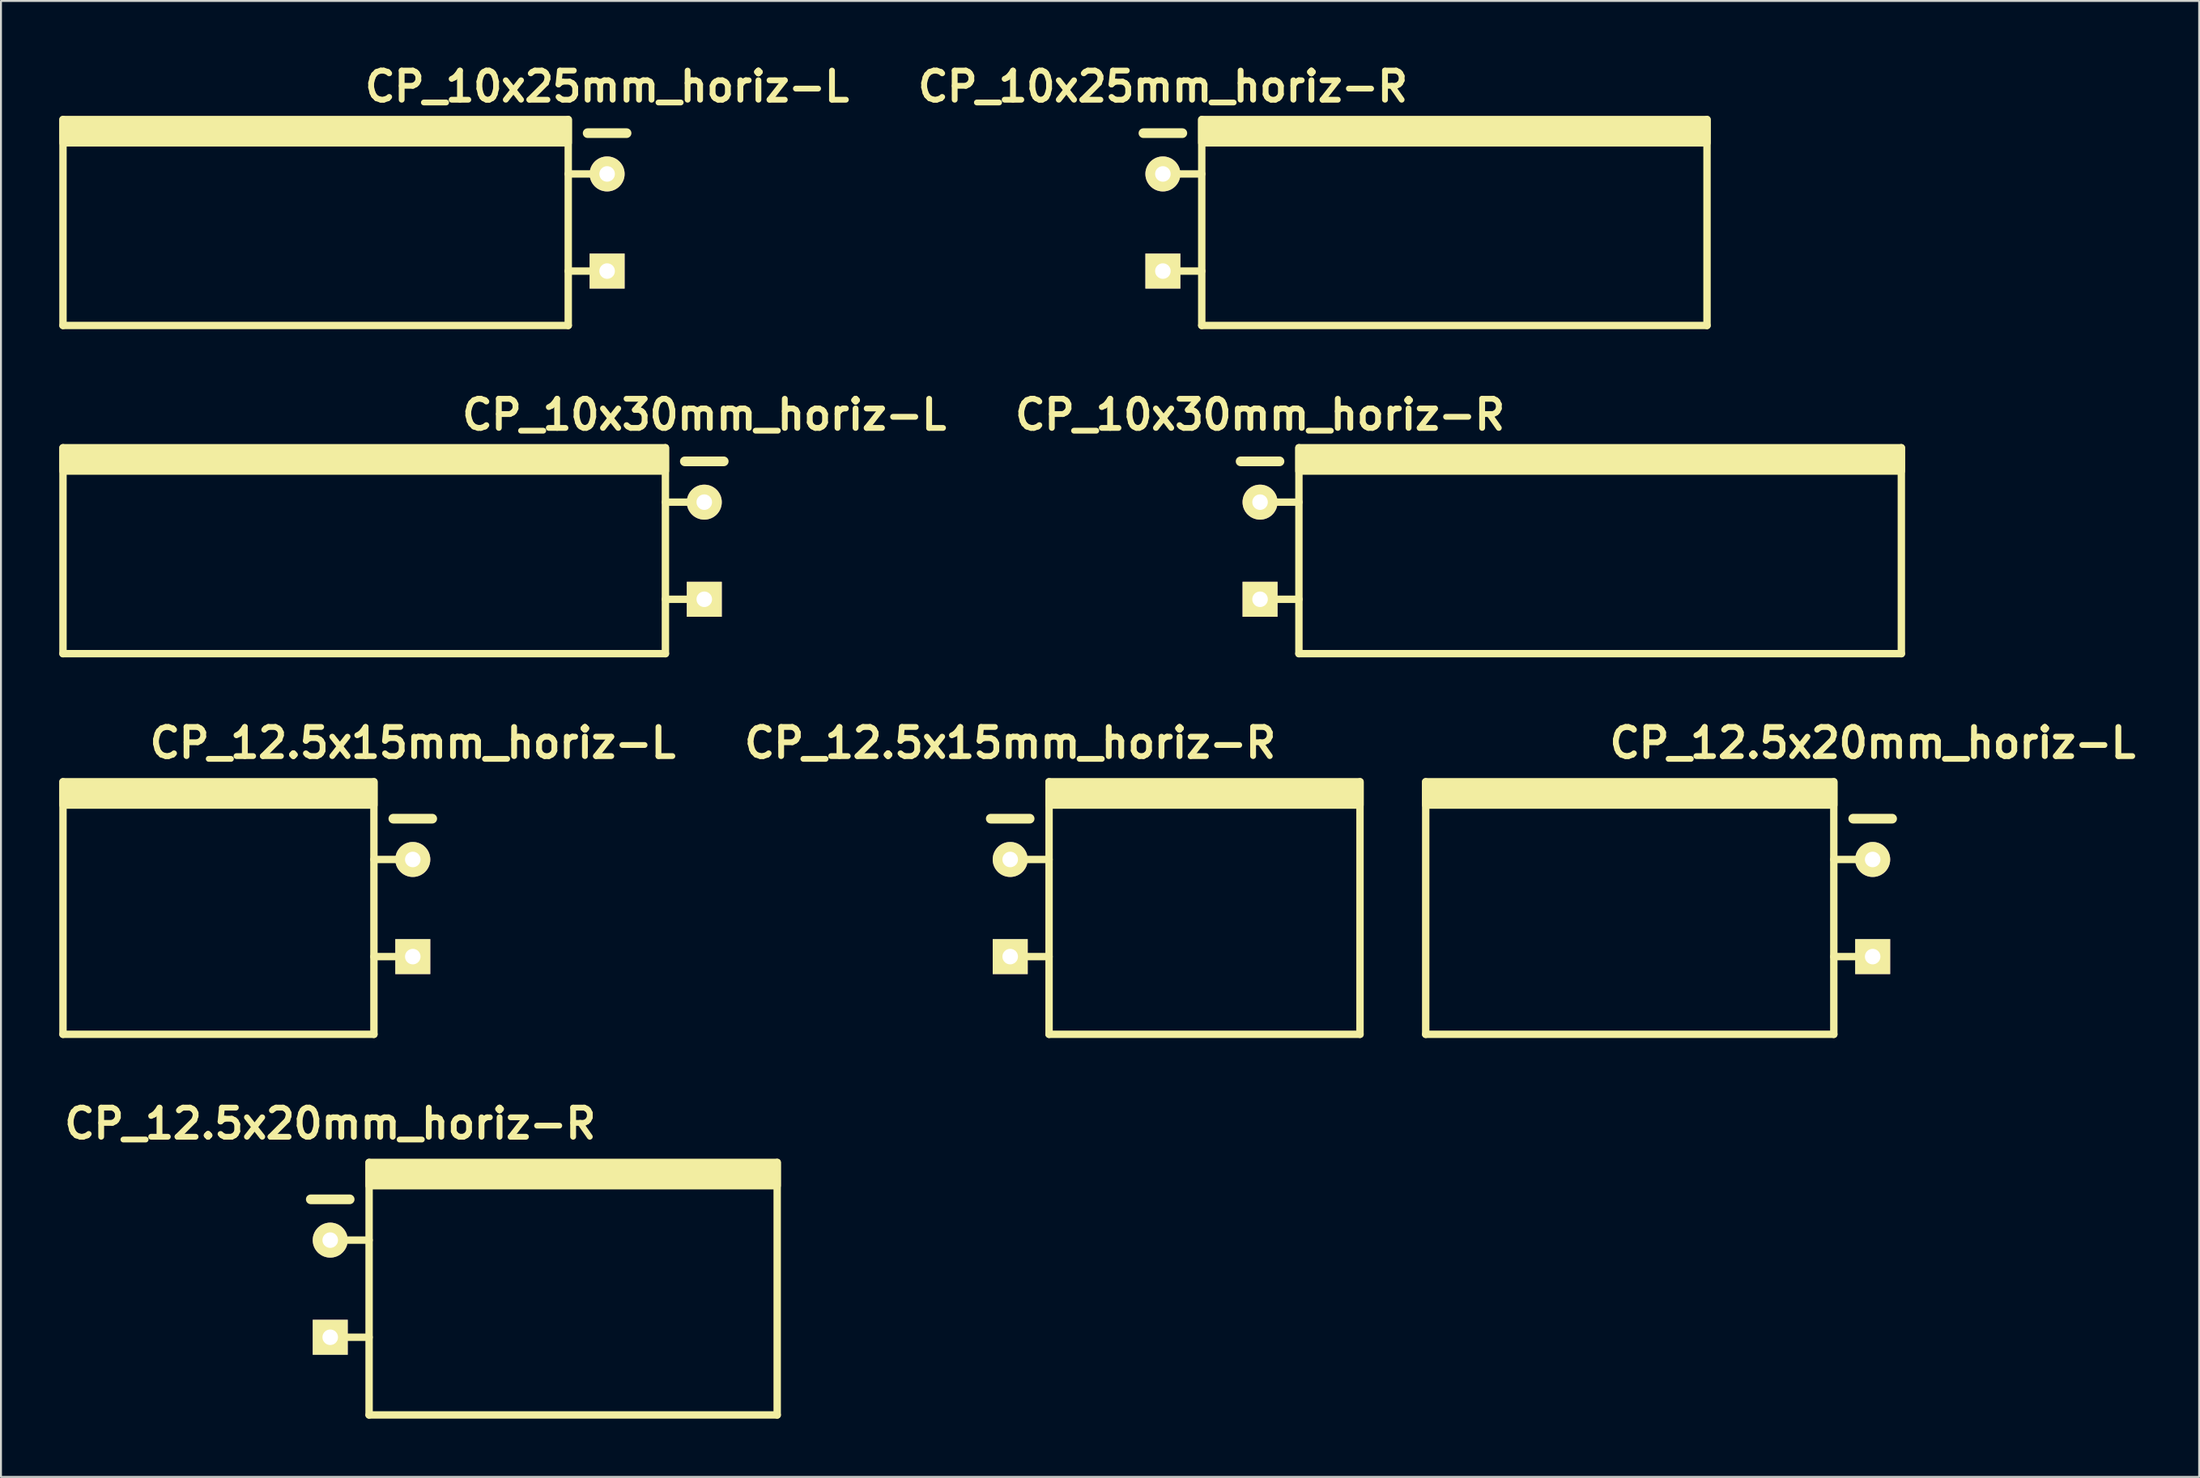
<source format=kicad_pcb>
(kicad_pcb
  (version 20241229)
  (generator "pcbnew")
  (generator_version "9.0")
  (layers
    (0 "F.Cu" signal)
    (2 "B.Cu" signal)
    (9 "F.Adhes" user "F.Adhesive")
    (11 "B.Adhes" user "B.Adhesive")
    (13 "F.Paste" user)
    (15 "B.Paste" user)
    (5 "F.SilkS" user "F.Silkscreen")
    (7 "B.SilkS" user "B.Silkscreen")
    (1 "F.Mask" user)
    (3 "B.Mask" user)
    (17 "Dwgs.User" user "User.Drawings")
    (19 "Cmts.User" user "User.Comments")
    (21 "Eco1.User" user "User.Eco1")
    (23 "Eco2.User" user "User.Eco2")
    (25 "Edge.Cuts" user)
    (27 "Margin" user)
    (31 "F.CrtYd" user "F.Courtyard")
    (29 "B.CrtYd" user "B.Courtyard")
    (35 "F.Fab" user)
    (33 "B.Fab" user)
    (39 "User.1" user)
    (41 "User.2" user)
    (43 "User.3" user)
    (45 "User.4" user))
  (footprint "CP_12.5x20mm_horiz-L"
    (layer "F.Cu")
    (at 93.314 43.693)
    (property "Reference" "CP_12.5x20mm_horiz-L" (at 0 -8.5 0) (layer "F.SilkS") (effects (font (size 1.5 1.5) (thickness 0.3))))
    (attr through_hole)
    (fp_line (start -23 6.5) (end -23 -6.5) (stroke (width 0.381) (type solid)) (layer "F.SilkS"))
    (fp_line (start -2 -6.5) (end -2 6.5) (stroke (width 0.381) (type solid)) (layer "F.SilkS"))
    (fp_line (start -2 -2.5) (end 0 -2.5) (stroke (width 0.381) (type solid)) (layer "F.SilkS"))
    (fp_line (start -2 2.5) (end 0 2.5) (stroke (width 0.381) (type solid)) (layer "F.SilkS"))
    (fp_line (start -2 6.5) (end -23 6.5) (stroke (width 0.381) (type solid)) (layer "F.SilkS"))
    (fp_line (start -1 -4.6) (end 1 -4.6) (stroke (width 0.5) (type solid)) (layer "F.SilkS"))
    (fp_poly (pts (xy -2 -5.3) (xy -23 -5.3) (xy -23 -6.5) (xy -2 -6.5)) (stroke (width 0.381) (type solid)) (fill yes) (layer "F.SilkS"))
    (pad "1" thru_hole rect (at 0 2.5) (size 1.8 1.8) (drill 0.8) (layers "*.Cu" "*.Mask" "F.SilkS"))
    (pad "2" thru_hole circle (at 0 -2.5) (size 1.8 1.8) (drill 0.8) (layers "*.Cu" "*.Mask" "F.SilkS")))
  (footprint "CP_10x25mm_horiz-L"
    (layer "F.Cu")
    (at 28.191 8.404)
    (property "Reference" "CP_10x25mm_horiz-L" (at 0 -7 0) (layer "F.SilkS") (effects (font (size 1.5 1.5) (thickness 0.3))))
    (attr through_hole)
    (fp_line (start -28 5.3) (end -28 -5.3) (stroke (width 0.381) (type solid)) (layer "F.SilkS"))
    (fp_line (start -2 -5.3) (end -2 5.3) (stroke (width 0.381) (type solid)) (layer "F.SilkS"))
    (fp_line (start -2 -2.5) (end 0 -2.5) (stroke (width 0.381) (type solid)) (layer "F.SilkS"))
    (fp_line (start -2 2.5) (end 0 2.5) (stroke (width 0.381) (type solid)) (layer "F.SilkS"))
    (fp_line (start -2 5.3) (end -28 5.3) (stroke (width 0.381) (type solid)) (layer "F.SilkS"))
    (fp_line (start -1 -4.6) (end 1 -4.6) (stroke (width 0.5) (type solid)) (layer "F.SilkS"))
    (fp_poly (pts (xy -2 -4.1) (xy -28 -4.1) (xy -28 -5.3) (xy -2 -5.3)) (stroke (width 0.381) (type solid)) (fill yes) (layer "F.SilkS"))
    (pad "1" thru_hole rect (at 0 2.5) (size 1.8 1.8) (drill 0.8) (layers "*.Cu" "*.Mask" "F.SilkS"))
    (pad "2" thru_hole circle (at 0 -2.5) (size 1.8 1.8) (drill 0.8) (layers "*.Cu" "*.Mask" "F.SilkS")))
  (footprint "CP_12.5x15mm_horiz-L"
    (layer "F.Cu")
    (at 18.191 43.693)
    (property "Reference" "CP_12.5x15mm_horiz-L" (at 0 -8.5 0) (layer "F.SilkS") (effects (font (size 1.5 1.5) (thickness 0.3))))
    (attr through_hole)
    (fp_line (start -18 6.5) (end -18 -6.5) (stroke (width 0.381) (type solid)) (layer "F.SilkS"))
    (fp_line (start -2 -6.5) (end -2 6.5) (stroke (width 0.381) (type solid)) (layer "F.SilkS"))
    (fp_line (start -2 -2.5) (end 0 -2.5) (stroke (width 0.381) (type solid)) (layer "F.SilkS"))
    (fp_line (start -2 2.5) (end 0 2.5) (stroke (width 0.381) (type solid)) (layer "F.SilkS"))
    (fp_line (start -2 6.5) (end -18 6.5) (stroke (width 0.381) (type solid)) (layer "F.SilkS"))
    (fp_line (start -1 -4.6) (end 1 -4.6) (stroke (width 0.5) (type solid)) (layer "F.SilkS"))
    (fp_poly (pts (xy -2 -5.3) (xy -18 -5.3) (xy -18 -6.5) (xy -2 -6.5)) (stroke (width 0.381) (type solid)) (fill yes) (layer "F.SilkS"))
    (pad "1" thru_hole rect (at 0 2.5) (size 1.8 1.8) (drill 0.8) (layers "*.Cu" "*.Mask" "F.SilkS"))
    (pad "2" thru_hole circle (at 0 -2.5) (size 1.8 1.8) (drill 0.8) (layers "*.Cu" "*.Mask" "F.SilkS")))
  (footprint "CP_12.5x15mm_horiz-R"
    (layer "F.Cu")
    (at 48.933 43.693)
    (property "Reference" "CP_12.5x15mm_horiz-R" (at 0 -8.5 0) (layer "F.SilkS") (effects (font (size 1.5 1.5) (thickness 0.3))))
    (attr through_hole)
    (fp_line (start -1 -4.6) (end 1 -4.6) (stroke (width 0.5) (type solid)) (layer "F.SilkS"))
    (fp_line (start 0 -2.5) (end 2 -2.5) (stroke (width 0.381) (type solid)) (layer "F.SilkS"))
    (fp_line (start 0 2.5) (end 2 2.5) (stroke (width 0.381) (type solid)) (layer "F.SilkS"))
    (fp_line (start 2 6.5) (end 2 -6.5) (stroke (width 0.381) (type solid)) (layer "F.SilkS"))
    (fp_line (start 18 -6.5) (end 18 6.5) (stroke (width 0.381) (type solid)) (layer "F.SilkS"))
    (fp_line (start 18 6.5) (end 2 6.5) (stroke (width 0.381) (type solid)) (layer "F.SilkS"))
    (fp_poly (pts (xy 18 -5.3) (xy 2 -5.3) (xy 2 -6.5) (xy 18 -6.5)) (stroke (width 0.381) (type solid)) (fill yes) (layer "F.SilkS"))
    (pad "1" thru_hole rect (at 0 2.5) (size 1.8 1.8) (drill 0.8) (layers "*.Cu" "*.Mask" "F.SilkS"))
    (pad "2" thru_hole circle (at 0 -2.5) (size 1.8 1.8) (drill 0.8) (layers "*.Cu" "*.Mask" "F.SilkS")))
  (footprint "CP_12.5x20mm_horiz-R"
    (layer "F.Cu")
    (at 13.943 63.288)
    (property "Reference" "CP_12.5x20mm_horiz-R" (at 0 -8.5 0) (layer "F.SilkS") (effects (font (size 1.5 1.5) (thickness 0.3))))
    (attr through_hole)
    (fp_line (start -1 -4.6) (end 1 -4.6) (stroke (width 0.5) (type solid)) (layer "F.SilkS"))
    (fp_line (start 0 -2.5) (end 2 -2.5) (stroke (width 0.381) (type solid)) (layer "F.SilkS"))
    (fp_line (start 0 2.5) (end 2 2.5) (stroke (width 0.381) (type solid)) (layer "F.SilkS"))
    (fp_line (start 2 6.5) (end 2 -6.5) (stroke (width 0.381) (type solid)) (layer "F.SilkS"))
    (fp_line (start 23 -6.5) (end 23 6.5) (stroke (width 0.381) (type solid)) (layer "F.SilkS"))
    (fp_line (start 23 6.5) (end 2 6.5) (stroke (width 0.381) (type solid)) (layer "F.SilkS"))
    (fp_poly (pts (xy 23 -5.3) (xy 2 -5.3) (xy 2 -6.5) (xy 23 -6.5)) (stroke (width 0.381) (type solid)) (fill yes) (layer "F.SilkS"))
    (pad "1" thru_hole rect (at 0 2.5) (size 1.8 1.8) (drill 0.8) (layers "*.Cu" "*.Mask" "F.SilkS"))
    (pad "2" thru_hole circle (at 0 -2.5) (size 1.8 1.8) (drill 0.8) (layers "*.Cu" "*.Mask" "F.SilkS")))
  (footprint "CP_10x30mm_horiz-R"
    (layer "F.Cu")
    (at 61.79 25.299)
    (property "Reference" "CP_10x30mm_horiz-R" (at 0 -7 0) (layer "F.SilkS") (effects (font (size 1.5 1.5) (thickness 0.3))))
    (attr through_hole)
    (fp_line (start -1 -4.6) (end 1 -4.6) (stroke (width 0.5) (type solid)) (layer "F.SilkS"))
    (fp_line (start 0 -2.5) (end 2 -2.5) (stroke (width 0.381) (type solid)) (layer "F.SilkS"))
    (fp_line (start 0 2.5) (end 2 2.5) (stroke (width 0.381) (type solid)) (layer "F.SilkS"))
    (fp_line (start 2 5.3) (end 2 -5.3) (stroke (width 0.381) (type solid)) (layer "F.SilkS"))
    (fp_line (start 33 -5.3) (end 33 5.3) (stroke (width 0.381) (type solid)) (layer "F.SilkS"))
    (fp_line (start 33 5.3) (end 2 5.3) (stroke (width 0.381) (type solid)) (layer "F.SilkS"))
    (fp_poly (pts (xy 33 -4.1) (xy 2 -4.1) (xy 2 -5.3) (xy 33 -5.3)) (stroke (width 0.381) (type solid)) (fill yes) (layer "F.SilkS"))
    (pad "1" thru_hole rect (at 0 2.5) (size 1.8 1.8) (drill 0.8) (layers "*.Cu" "*.Mask" "F.SilkS"))
    (pad "2" thru_hole circle (at 0 -2.5) (size 1.8 1.8) (drill 0.8) (layers "*.Cu" "*.Mask" "F.SilkS")))
  (footprint "CP_10x25mm_horiz-R"
    (layer "F.Cu")
    (at 56.79 8.404)
    (property "Reference" "CP_10x25mm_horiz-R" (at 0 -7 0) (layer "F.SilkS") (effects (font (size 1.5 1.5) (thickness 0.3))))
    (attr through_hole)
    (fp_line (start -1 -4.6) (end 1 -4.6) (stroke (width 0.5) (type solid)) (layer "F.SilkS"))
    (fp_line (start 0 -2.5) (end 2 -2.5) (stroke (width 0.381) (type solid)) (layer "F.SilkS"))
    (fp_line (start 0 2.5) (end 2 2.5) (stroke (width 0.381) (type solid)) (layer "F.SilkS"))
    (fp_line (start 2 5.3) (end 2 -5.3) (stroke (width 0.381) (type solid)) (layer "F.SilkS"))
    (fp_line (start 28 -5.3) (end 28 5.3) (stroke (width 0.381) (type solid)) (layer "F.SilkS"))
    (fp_line (start 28 5.3) (end 2 5.3) (stroke (width 0.381) (type solid)) (layer "F.SilkS"))
    (fp_poly (pts (xy 28 -4.1) (xy 2 -4.1) (xy 2 -5.3) (xy 28 -5.3)) (stroke (width 0.381) (type solid)) (fill yes) (layer "F.SilkS"))
    (pad "1" thru_hole rect (at 0 2.5) (size 1.8 1.8) (drill 0.8) (layers "*.Cu" "*.Mask" "F.SilkS"))
    (pad "2" thru_hole circle (at 0 -2.5) (size 1.8 1.8) (drill 0.8) (layers "*.Cu" "*.Mask" "F.SilkS")))
  (footprint "CP_10x30mm_horiz-L"
    (layer "F.Cu")
    (at 33.191 25.299)
    (property "Reference" "CP_10x30mm_horiz-L" (at 0 -7 0) (layer "F.SilkS") (effects (font (size 1.5 1.5) (thickness 0.3))))
    (attr through_hole)
    (fp_line (start -33 5.3) (end -33 -5.3) (stroke (width 0.381) (type solid)) (layer "F.SilkS"))
    (fp_line (start -2 -5.3) (end -2 5.3) (stroke (width 0.381) (type solid)) (layer "F.SilkS"))
    (fp_line (start -2 -2.5) (end 0 -2.5) (stroke (width 0.381) (type solid)) (layer "F.SilkS"))
    (fp_line (start -2 2.5) (end 0 2.5) (stroke (width 0.381) (type solid)) (layer "F.SilkS"))
    (fp_line (start -2 5.3) (end -33 5.3) (stroke (width 0.381) (type solid)) (layer "F.SilkS"))
    (fp_line (start -1 -4.6) (end 1 -4.6) (stroke (width 0.5) (type solid)) (layer "F.SilkS"))
    (fp_poly (pts (xy -2 -4.1) (xy -33 -4.1) (xy -33 -5.3) (xy -2 -5.3)) (stroke (width 0.381) (type solid)) (fill yes) (layer "F.SilkS"))
    (pad "1" thru_hole rect (at 0 2.5) (size 1.8 1.8) (drill 0.8) (layers "*.Cu" "*.Mask" "F.SilkS"))
    (pad "2" thru_hole circle (at 0 -2.5) (size 1.8 1.8) (drill 0.8) (layers "*.Cu" "*.Mask" "F.SilkS")))
  (gr_rect
    (start -3 -3)
    (end 110.114 72.978)
    (stroke (width 0.1) (type default))
    (fill no)
    (layer "Edge.Cuts")))
</source>
